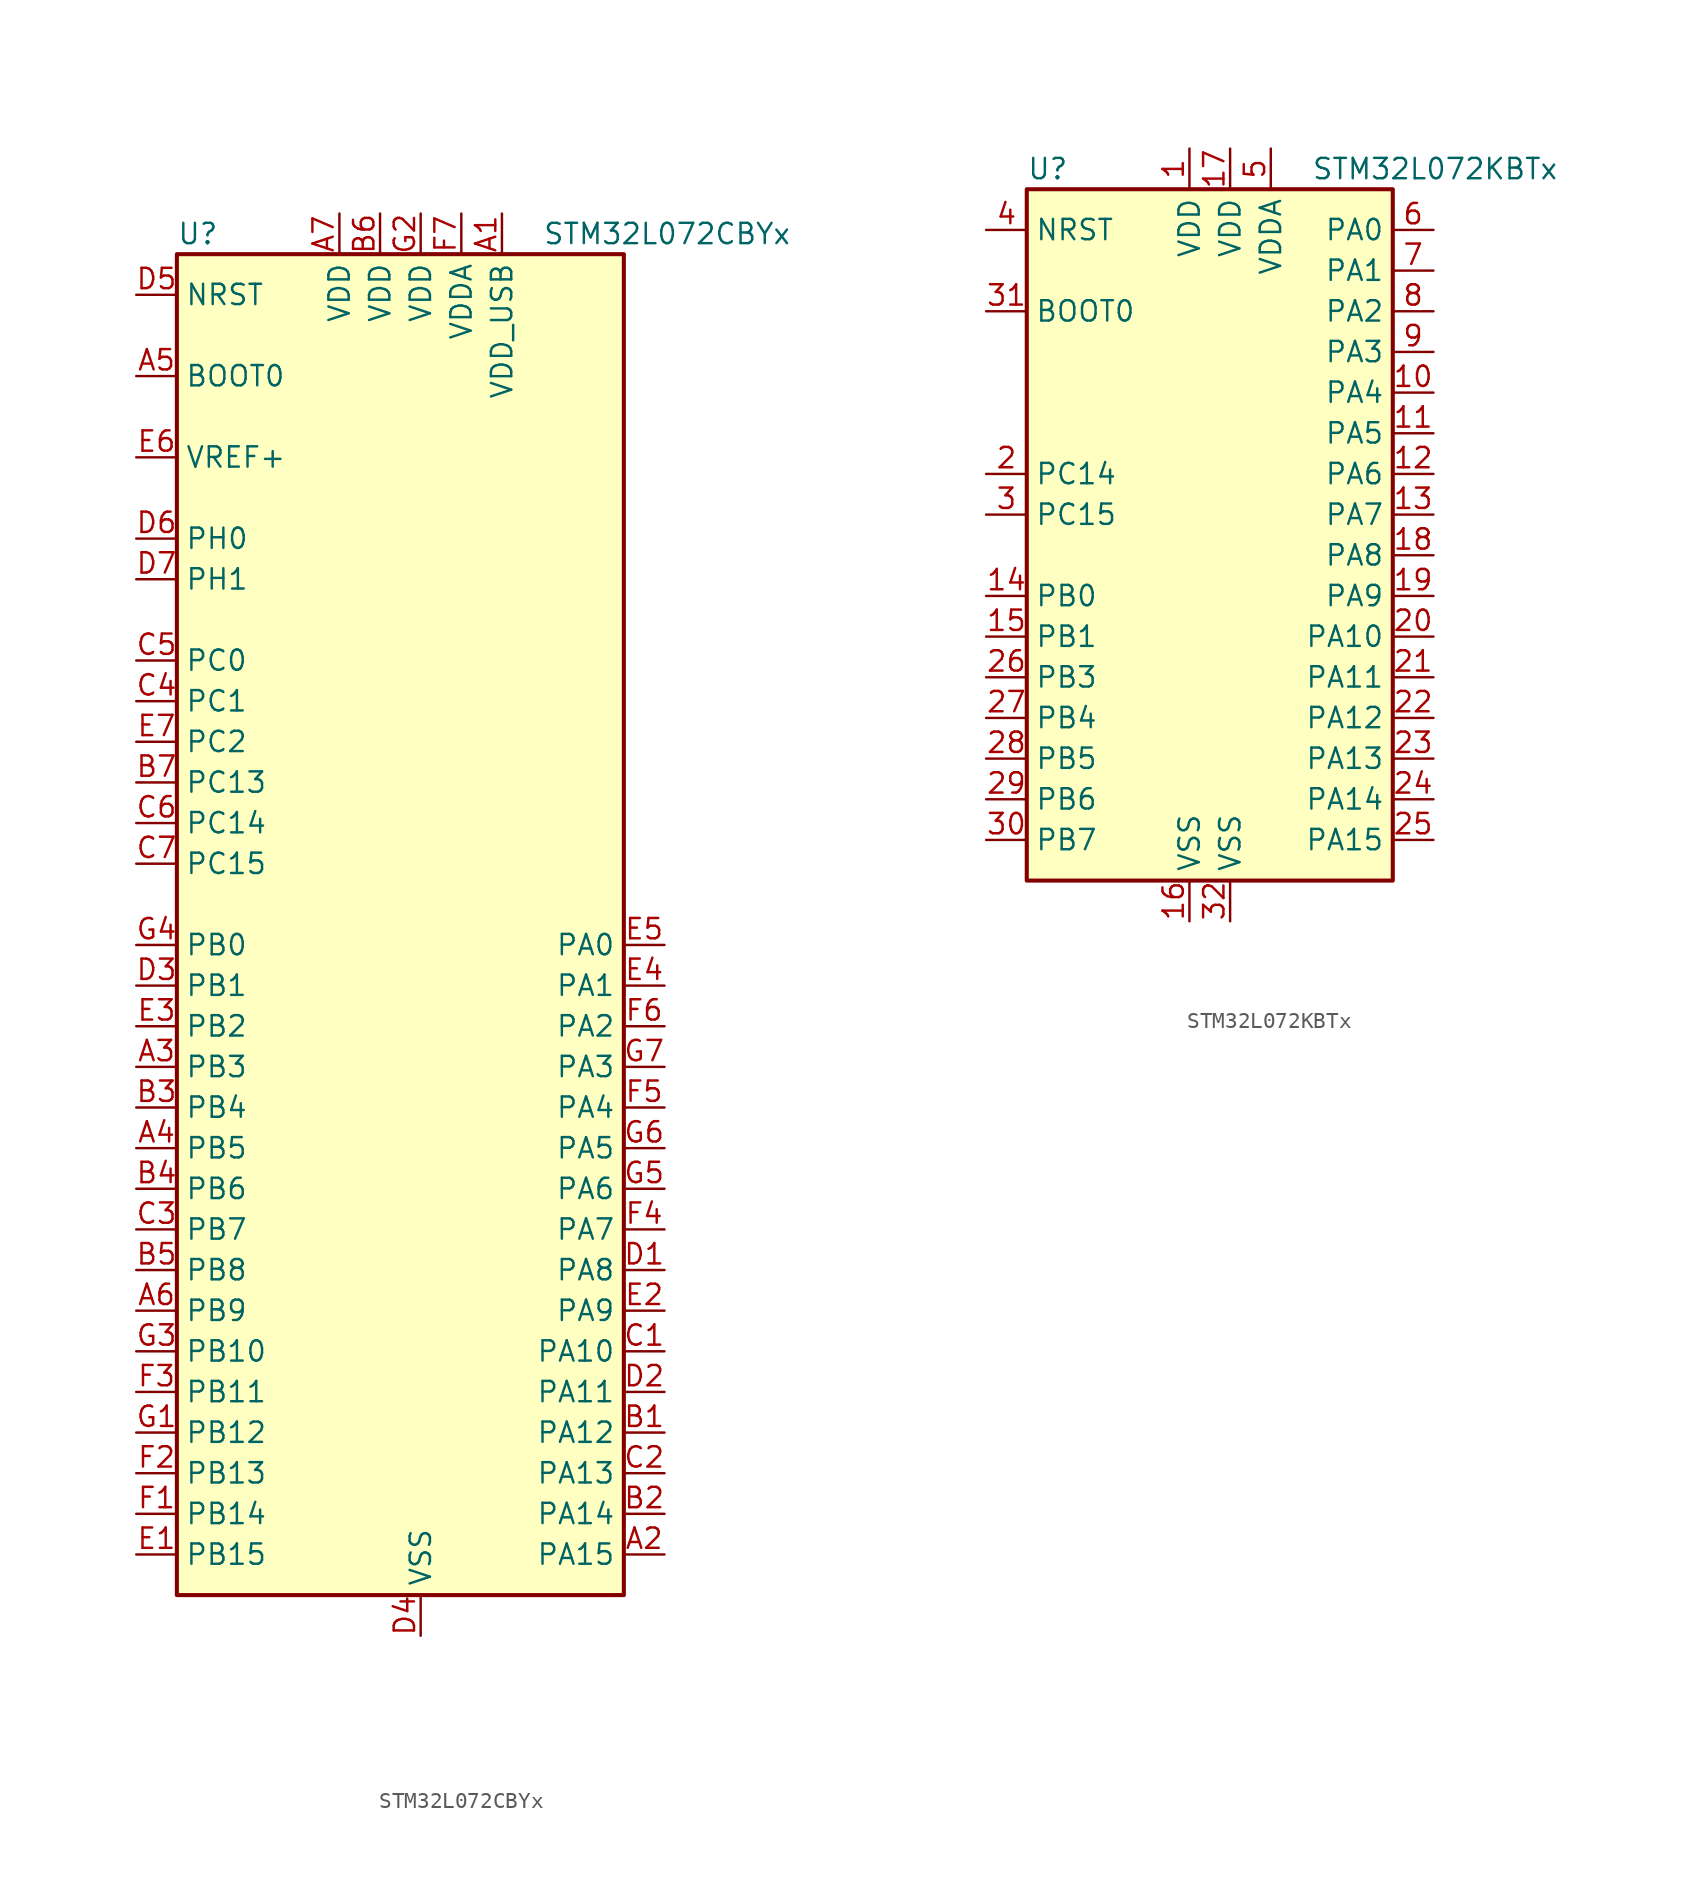
<source format=kicad_sym>
(kicad_symbol_lib
  (version 20201005)
  (generator kicad_symbol_editor)
  (symbol "MCU_ST_STM32L0:STM32L072CBYx"
    (property "Reference" "U"
      (at -15.24 41.91 0)
      (effects (font (size 1.27 1.27)) (justify left)))
    (property "Value" "STM32L072CBYx"
      (at 7.62 41.91 0)
      (effects (font (size 1.27 1.27)) (justify left)))
    (symbol "STM32L072CBYx_0_1"
      (rectangle (start -15.24 -43.18) (end 12.7 40.64) (stroke (width 0.254)) (fill (type background))))
    (symbol "STM32L072CBYx_1_1"
      (pin input line (at -17.78 33.02 0) (length 2.54) (name "BOOT0" (effects (font (size 1.27 1.27)))) (number "A5" (effects (font (size 1.27 1.27)))))
      (pin input line (at -17.78 38.1 0) (length 2.54) (name "NRST" (effects (font (size 1.27 1.27)))) (number "D5" (effects (font (size 1.27 1.27)))))
      (pin bidirectional line (at 15.24 -2.54 180) (length 2.54) (name "PA0" (effects (font (size 1.27 1.27)))) (number "E5" (effects (font (size 1.27 1.27)))))
      (pin bidirectional line (at 15.24 -5.08 180) (length 2.54) (name "PA1" (effects (font (size 1.27 1.27)))) (number "E4" (effects (font (size 1.27 1.27)))))
      (pin bidirectional line (at 15.24 -27.94 180) (length 2.54) (name "PA10" (effects (font (size 1.27 1.27)))) (number "C1" (effects (font (size 1.27 1.27)))))
      (pin bidirectional line (at 15.24 -30.48 180) (length 2.54) (name "PA11" (effects (font (size 1.27 1.27)))) (number "D2" (effects (font (size 1.27 1.27)))))
      (pin bidirectional line (at 15.24 -33.02 180) (length 2.54) (name "PA12" (effects (font (size 1.27 1.27)))) (number "B1" (effects (font (size 1.27 1.27)))))
      (pin bidirectional line (at 15.24 -35.56 180) (length 2.54) (name "PA13" (effects (font (size 1.27 1.27)))) (number "C2" (effects (font (size 1.27 1.27)))))
      (pin bidirectional line (at 15.24 -38.1 180) (length 2.54) (name "PA14" (effects (font (size 1.27 1.27)))) (number "B2" (effects (font (size 1.27 1.27)))))
      (pin bidirectional line (at 15.24 -40.64 180) (length 2.54) (name "PA15" (effects (font (size 1.27 1.27)))) (number "A2" (effects (font (size 1.27 1.27)))))
      (pin bidirectional line (at 15.24 -7.62 180) (length 2.54) (name "PA2" (effects (font (size 1.27 1.27)))) (number "F6" (effects (font (size 1.27 1.27)))))
      (pin bidirectional line (at 15.24 -10.16 180) (length 2.54) (name "PA3" (effects (font (size 1.27 1.27)))) (number "G7" (effects (font (size 1.27 1.27)))))
      (pin bidirectional line (at 15.24 -12.7 180) (length 2.54) (name "PA4" (effects (font (size 1.27 1.27)))) (number "F5" (effects (font (size 1.27 1.27)))))
      (pin bidirectional line (at 15.24 -15.24 180) (length 2.54) (name "PA5" (effects (font (size 1.27 1.27)))) (number "G6" (effects (font (size 1.27 1.27)))))
      (pin bidirectional line (at 15.24 -17.78 180) (length 2.54) (name "PA6" (effects (font (size 1.27 1.27)))) (number "G5" (effects (font (size 1.27 1.27)))))
      (pin bidirectional line (at 15.24 -20.32 180) (length 2.54) (name "PA7" (effects (font (size 1.27 1.27)))) (number "F4" (effects (font (size 1.27 1.27)))))
      (pin bidirectional line (at 15.24 -22.86 180) (length 2.54) (name "PA8" (effects (font (size 1.27 1.27)))) (number "D1" (effects (font (size 1.27 1.27)))))
      (pin bidirectional line (at 15.24 -25.4 180) (length 2.54) (name "PA9" (effects (font (size 1.27 1.27)))) (number "E2" (effects (font (size 1.27 1.27)))))
      (pin bidirectional line (at -17.78 -2.54 0) (length 2.54) (name "PB0" (effects (font (size 1.27 1.27)))) (number "G4" (effects (font (size 1.27 1.27)))))
      (pin bidirectional line (at -17.78 -5.08 0) (length 2.54) (name "PB1" (effects (font (size 1.27 1.27)))) (number "D3" (effects (font (size 1.27 1.27)))))
      (pin bidirectional line (at -17.78 -27.94 0) (length 2.54) (name "PB10" (effects (font (size 1.27 1.27)))) (number "G3" (effects (font (size 1.27 1.27)))))
      (pin bidirectional line (at -17.78 -30.48 0) (length 2.54) (name "PB11" (effects (font (size 1.27 1.27)))) (number "F3" (effects (font (size 1.27 1.27)))))
      (pin bidirectional line (at -17.78 -33.02 0) (length 2.54) (name "PB12" (effects (font (size 1.27 1.27)))) (number "G1" (effects (font (size 1.27 1.27)))))
      (pin bidirectional line (at -17.78 -35.56 0) (length 2.54) (name "PB13" (effects (font (size 1.27 1.27)))) (number "F2" (effects (font (size 1.27 1.27)))))
      (pin bidirectional line (at -17.78 -38.1 0) (length 2.54) (name "PB14" (effects (font (size 1.27 1.27)))) (number "F1" (effects (font (size 1.27 1.27)))))
      (pin bidirectional line (at -17.78 -40.64 0) (length 2.54) (name "PB15" (effects (font (size 1.27 1.27)))) (number "E1" (effects (font (size 1.27 1.27)))))
      (pin bidirectional line (at -17.78 -7.62 0) (length 2.54) (name "PB2" (effects (font (size 1.27 1.27)))) (number "E3" (effects (font (size 1.27 1.27)))))
      (pin bidirectional line (at -17.78 -10.16 0) (length 2.54) (name "PB3" (effects (font (size 1.27 1.27)))) (number "A3" (effects (font (size 1.27 1.27)))))
      (pin bidirectional line (at -17.78 -12.7 0) (length 2.54) (name "PB4" (effects (font (size 1.27 1.27)))) (number "B3" (effects (font (size 1.27 1.27)))))
      (pin bidirectional line (at -17.78 -15.24 0) (length 2.54) (name "PB5" (effects (font (size 1.27 1.27)))) (number "A4" (effects (font (size 1.27 1.27)))))
      (pin bidirectional line (at -17.78 -17.78 0) (length 2.54) (name "PB6" (effects (font (size 1.27 1.27)))) (number "B4" (effects (font (size 1.27 1.27)))))
      (pin bidirectional line (at -17.78 -20.32 0) (length 2.54) (name "PB7" (effects (font (size 1.27 1.27)))) (number "C3" (effects (font (size 1.27 1.27)))))
      (pin bidirectional line (at -17.78 -22.86 0) (length 2.54) (name "PB8" (effects (font (size 1.27 1.27)))) (number "B5" (effects (font (size 1.27 1.27)))))
      (pin bidirectional line (at -17.78 -25.4 0) (length 2.54) (name "PB9" (effects (font (size 1.27 1.27)))) (number "A6" (effects (font (size 1.27 1.27)))))
      (pin bidirectional line (at -17.78 15.24 0) (length 2.54) (name "PC0" (effects (font (size 1.27 1.27)))) (number "C5" (effects (font (size 1.27 1.27)))))
      (pin bidirectional line (at -17.78 12.7 0) (length 2.54) (name "PC1" (effects (font (size 1.27 1.27)))) (number "C4" (effects (font (size 1.27 1.27)))))
      (pin bidirectional line (at -17.78 7.62 0) (length 2.54) (name "PC13" (effects (font (size 1.27 1.27)))) (number "B7" (effects (font (size 1.27 1.27)))))
      (pin bidirectional line (at -17.78 5.08 0) (length 2.54) (name "PC14" (effects (font (size 1.27 1.27)))) (number "C6" (effects (font (size 1.27 1.27)))))
      (pin bidirectional line (at -17.78 2.54 0) (length 2.54) (name "PC15" (effects (font (size 1.27 1.27)))) (number "C7" (effects (font (size 1.27 1.27)))))
      (pin bidirectional line (at -17.78 10.16 0) (length 2.54) (name "PC2" (effects (font (size 1.27 1.27)))) (number "E7" (effects (font (size 1.27 1.27)))))
      (pin input line (at -17.78 22.86 0) (length 2.54) (name "PH0" (effects (font (size 1.27 1.27)))) (number "D6" (effects (font (size 1.27 1.27)))))
      (pin input line (at -17.78 20.32 0) (length 2.54) (name "PH1" (effects (font (size 1.27 1.27)))) (number "D7" (effects (font (size 1.27 1.27)))))
      (pin power_in line (at -5.08 43.18 270) (length 2.54) (name "VDD" (effects (font (size 1.27 1.27)))) (number "A7" (effects (font (size 1.27 1.27)))))
      (pin power_in line (at -2.54 43.18 270) (length 2.54) (name "VDD" (effects (font (size 1.27 1.27)))) (number "B6" (effects (font (size 1.27 1.27)))))
      (pin power_in line (at 0 43.18 270) (length 2.54) (name "VDD" (effects (font (size 1.27 1.27)))) (number "G2" (effects (font (size 1.27 1.27)))))
      (pin power_in line (at 2.54 43.18 270) (length 2.54) (name "VDDA" (effects (font (size 1.27 1.27)))) (number "F7" (effects (font (size 1.27 1.27)))))
      (pin power_in line (at 5.08 43.18 270) (length 2.54) (name "VDD_USB" (effects (font (size 1.27 1.27)))) (number "A1" (effects (font (size 1.27 1.27)))))
      (pin power_in line (at -17.78 27.94 0) (length 2.54) (name "VREF+" (effects (font (size 1.27 1.27)))) (number "E6" (effects (font (size 1.27 1.27)))))
      (pin power_in line (at 0 -45.72 90) (length 2.54) (name "VSS" (effects (font (size 1.27 1.27)))) (number "D4" (effects (font (size 1.27 1.27)))))))
  (symbol "MCU_ST_STM32L0:STM32L072KBTx"
    (property "Reference" "U"
      (at -12.7 21.59 0)
      (effects (font (size 1.27 1.27)) (justify left)))
    (property "Value" "STM32L072KBTx"
      (at 5.08 21.59 0)
      (effects (font (size 1.27 1.27)) (justify left)))
    (symbol "STM32L072KBTx_0_1"
      (rectangle (start -12.7 -22.86) (end 10.16 20.32) (stroke (width 0.254)) (fill (type background))))
    (symbol "STM32L072KBTx_1_1"
      (pin input line (at -15.24 12.7 0) (length 2.54) (name "BOOT0" (effects (font (size 1.27 1.27)))) (number "31" (effects (font (size 1.27 1.27)))))
      (pin input line (at -15.24 17.78 0) (length 2.54) (name "NRST" (effects (font (size 1.27 1.27)))) (number "4" (effects (font (size 1.27 1.27)))))
      (pin bidirectional line (at 12.7 17.78 180) (length 2.54) (name "PA0" (effects (font (size 1.27 1.27)))) (number "6" (effects (font (size 1.27 1.27)))))
      (pin bidirectional line (at 12.7 15.24 180) (length 2.54) (name "PA1" (effects (font (size 1.27 1.27)))) (number "7" (effects (font (size 1.27 1.27)))))
      (pin bidirectional line (at 12.7 -7.62 180) (length 2.54) (name "PA10" (effects (font (size 1.27 1.27)))) (number "20" (effects (font (size 1.27 1.27)))))
      (pin bidirectional line (at 12.7 -10.16 180) (length 2.54) (name "PA11" (effects (font (size 1.27 1.27)))) (number "21" (effects (font (size 1.27 1.27)))))
      (pin bidirectional line (at 12.7 -12.7 180) (length 2.54) (name "PA12" (effects (font (size 1.27 1.27)))) (number "22" (effects (font (size 1.27 1.27)))))
      (pin bidirectional line (at 12.7 -15.24 180) (length 2.54) (name "PA13" (effects (font (size 1.27 1.27)))) (number "23" (effects (font (size 1.27 1.27)))))
      (pin bidirectional line (at 12.7 -17.78 180) (length 2.54) (name "PA14" (effects (font (size 1.27 1.27)))) (number "24" (effects (font (size 1.27 1.27)))))
      (pin bidirectional line (at 12.7 -20.32 180) (length 2.54) (name "PA15" (effects (font (size 1.27 1.27)))) (number "25" (effects (font (size 1.27 1.27)))))
      (pin bidirectional line (at 12.7 12.7 180) (length 2.54) (name "PA2" (effects (font (size 1.27 1.27)))) (number "8" (effects (font (size 1.27 1.27)))))
      (pin bidirectional line (at 12.7 10.16 180) (length 2.54) (name "PA3" (effects (font (size 1.27 1.27)))) (number "9" (effects (font (size 1.27 1.27)))))
      (pin bidirectional line (at 12.7 7.62 180) (length 2.54) (name "PA4" (effects (font (size 1.27 1.27)))) (number "10" (effects (font (size 1.27 1.27)))))
      (pin bidirectional line (at 12.7 5.08 180) (length 2.54) (name "PA5" (effects (font (size 1.27 1.27)))) (number "11" (effects (font (size 1.27 1.27)))))
      (pin bidirectional line (at 12.7 2.54 180) (length 2.54) (name "PA6" (effects (font (size 1.27 1.27)))) (number "12" (effects (font (size 1.27 1.27)))))
      (pin bidirectional line (at 12.7 0 180) (length 2.54) (name "PA7" (effects (font (size 1.27 1.27)))) (number "13" (effects (font (size 1.27 1.27)))))
      (pin bidirectional line (at 12.7 -2.54 180) (length 2.54) (name "PA8" (effects (font (size 1.27 1.27)))) (number "18" (effects (font (size 1.27 1.27)))))
      (pin bidirectional line (at 12.7 -5.08 180) (length 2.54) (name "PA9" (effects (font (size 1.27 1.27)))) (number "19" (effects (font (size 1.27 1.27)))))
      (pin bidirectional line (at -15.24 -5.08 0) (length 2.54) (name "PB0" (effects (font (size 1.27 1.27)))) (number "14" (effects (font (size 1.27 1.27)))))
      (pin bidirectional line (at -15.24 -7.62 0) (length 2.54) (name "PB1" (effects (font (size 1.27 1.27)))) (number "15" (effects (font (size 1.27 1.27)))))
      (pin bidirectional line (at -15.24 -10.16 0) (length 2.54) (name "PB3" (effects (font (size 1.27 1.27)))) (number "26" (effects (font (size 1.27 1.27)))))
      (pin bidirectional line (at -15.24 -12.7 0) (length 2.54) (name "PB4" (effects (font (size 1.27 1.27)))) (number "27" (effects (font (size 1.27 1.27)))))
      (pin bidirectional line (at -15.24 -15.24 0) (length 2.54) (name "PB5" (effects (font (size 1.27 1.27)))) (number "28" (effects (font (size 1.27 1.27)))))
      (pin bidirectional line (at -15.24 -17.78 0) (length 2.54) (name "PB6" (effects (font (size 1.27 1.27)))) (number "29" (effects (font (size 1.27 1.27)))))
      (pin bidirectional line (at -15.24 -20.32 0) (length 2.54) (name "PB7" (effects (font (size 1.27 1.27)))) (number "30" (effects (font (size 1.27 1.27)))))
      (pin bidirectional line (at -15.24 2.54 0) (length 2.54) (name "PC14" (effects (font (size 1.27 1.27)))) (number "2" (effects (font (size 1.27 1.27)))))
      (pin bidirectional line (at -15.24 0 0) (length 2.54) (name "PC15" (effects (font (size 1.27 1.27)))) (number "3" (effects (font (size 1.27 1.27)))))
      (pin power_in line (at -2.54 22.86 270) (length 2.54) (name "VDD" (effects (font (size 1.27 1.27)))) (number "1" (effects (font (size 1.27 1.27)))))
      (pin power_in line (at 0 22.86 270) (length 2.54) (name "VDD" (effects (font (size 1.27 1.27)))) (number "17" (effects (font (size 1.27 1.27)))))
      (pin power_in line (at 2.54 22.86 270) (length 2.54) (name "VDDA" (effects (font (size 1.27 1.27)))) (number "5" (effects (font (size 1.27 1.27)))))
      (pin power_in line (at -2.54 -25.4 90) (length 2.54) (name "VSS" (effects (font (size 1.27 1.27)))) (number "16" (effects (font (size 1.27 1.27)))))
      (pin power_in line (at 0 -25.4 90) (length 2.54) (name "VSS" (effects (font (size 1.27 1.27)))) (number "32" (effects (font (size 1.27 1.27))))))))
</source>
